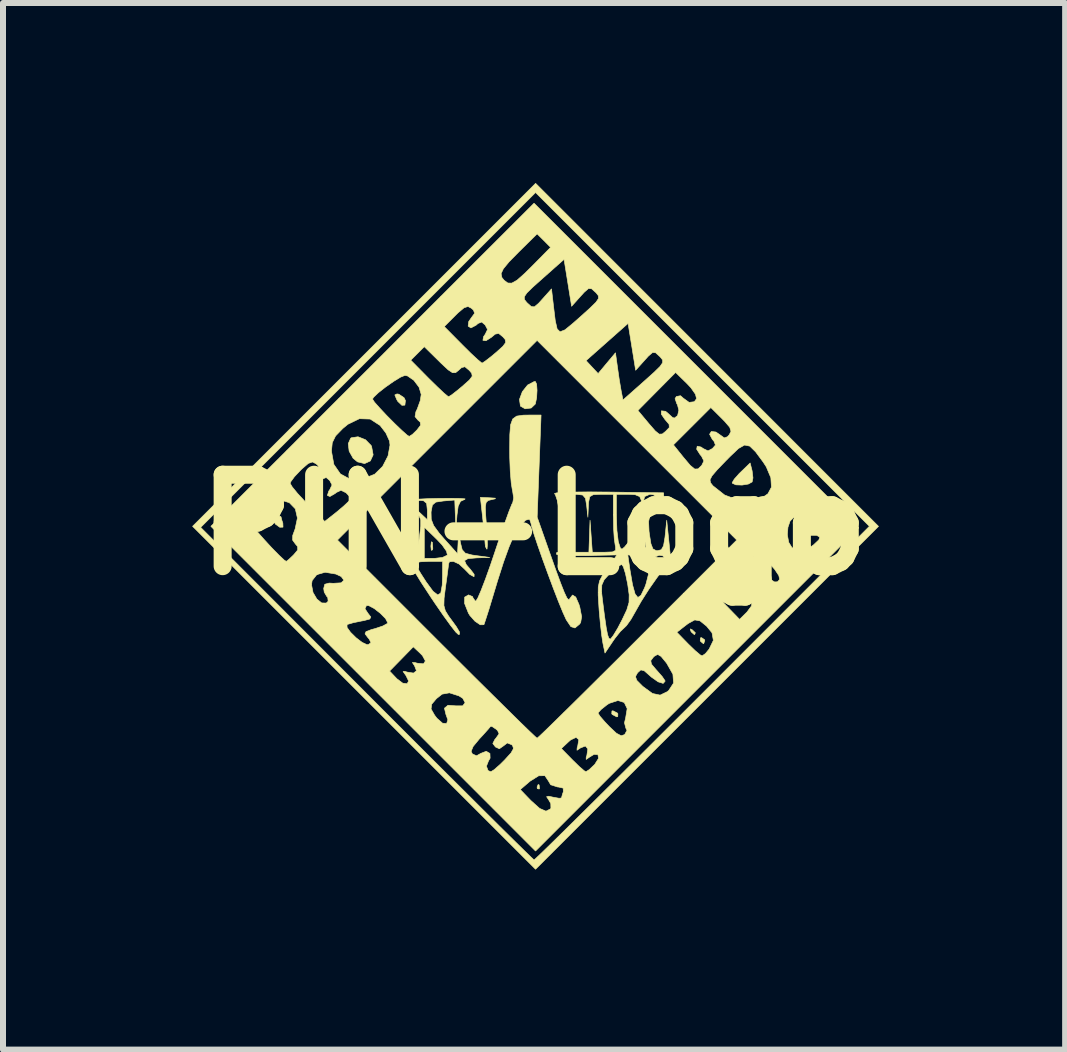
<source format=kicad_pcb>
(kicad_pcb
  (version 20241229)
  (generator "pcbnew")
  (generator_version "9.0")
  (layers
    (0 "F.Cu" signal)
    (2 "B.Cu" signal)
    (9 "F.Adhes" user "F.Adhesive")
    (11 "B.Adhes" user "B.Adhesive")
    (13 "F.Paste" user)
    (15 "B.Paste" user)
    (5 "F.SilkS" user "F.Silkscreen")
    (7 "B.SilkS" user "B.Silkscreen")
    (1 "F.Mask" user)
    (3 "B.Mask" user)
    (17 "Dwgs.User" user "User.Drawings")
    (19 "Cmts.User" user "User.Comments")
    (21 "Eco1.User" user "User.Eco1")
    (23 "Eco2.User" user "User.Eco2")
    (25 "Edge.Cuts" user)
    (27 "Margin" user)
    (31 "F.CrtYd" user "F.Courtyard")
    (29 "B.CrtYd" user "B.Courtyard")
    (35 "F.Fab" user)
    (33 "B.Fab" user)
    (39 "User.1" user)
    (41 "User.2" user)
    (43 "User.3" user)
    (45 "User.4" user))
  (footprint "PIN-Logo"
    (layer "F.Cu")
    (at 5.849 5.695)
    (property "Reference" "PIN-Logo" (at 0 0 0) (layer "F.SilkS") (effects (font (size 1.524 1.524) (thickness 0.3))))
    (attr through_hole)
    (fp_poly (pts (xy -2.1 -0.085) (xy -2.094 -0.024) (xy -2.1 -0.017) (xy -2.13 -0.024) (xy -2.134 -0.051) (xy -2.115 -0.093) (xy -2.1 -0.085)) (stroke (width 0.01) (type solid)) (fill yes) (layer "F.SilkS"))
    (fp_poly (pts (xy -1.694 0.292) (xy -1.687 0.396) (xy -1.694 0.419) (xy -1.712 0.425) (xy -1.719 0.356) (xy -1.711 0.283) (xy -1.694 0.292)) (stroke (width 0.01) (type solid)) (fill yes) (layer "F.SilkS"))
    (fp_poly (pts (xy 0.085 4.335) (xy 0.091 4.395) (xy 0.085 4.403) (xy 0.054 4.396) (xy 0.051 4.369) (xy 0.069 4.327) (xy 0.085 4.335)) (stroke (width 0.01) (type solid)) (fill yes) (layer "F.SilkS"))
    (fp_poly (pts (xy 2.634 1.748) (xy 2.688 1.799) (xy 2.677 1.828) (xy 2.67 1.829) (xy 2.627 1.793) (xy 2.611 1.77) (xy 2.605 1.735) (xy 2.634 1.748)) (stroke (width 0.01) (type solid)) (fill yes) (layer "F.SilkS"))
    (fp_poly (pts (xy 1.387 3.136) (xy 1.397 3.15) (xy 1.395 3.196) (xy 1.378 3.2) (xy 1.306 3.163) (xy 1.295 3.15) (xy 1.298 3.103) (xy 1.315 3.099) (xy 1.387 3.136)) (stroke (width 0.01) (type solid)) (fill yes) (layer "F.SilkS"))
    (fp_poly (pts (xy 2.843 1.916) (xy 2.845 1.93) (xy 2.827 1.98) (xy 2.822 1.981) (xy 2.779 1.946) (xy 2.769 1.93) (xy 2.773 1.884) (xy 2.791 1.88) (xy 2.843 1.916)) (stroke (width 0.01) (type solid)) (fill yes) (layer "F.SilkS"))
    (fp_poly (pts (xy -2.253 -2.176) (xy -2.166 -2.118) (xy -2.143 -2.07) (xy -2.152 -1.994) (xy -2.202 -1.991) (xy -2.27 -2.056) (xy -2.288 -2.087) (xy -2.32 -2.164) (xy -2.284 -2.181) (xy -2.253 -2.176)) (stroke (width 0.01) (type solid)) (fill yes) (layer "F.SilkS"))
    (fp_poly (pts (xy -4.225 -0.141) (xy -4.216 -0.131) (xy -4.201 -0.071) (xy -4.186 -0.03) (xy -4.183 0.039) (xy -4.237 0.041) (xy -4.308 -0.01) (xy -4.365 -0.097) (xy -4.336 -0.146) (xy -4.293 -0.152) (xy -4.225 -0.141)) (stroke (width 0.01) (type solid)) (fill yes) (layer "F.SilkS"))
    (fp_poly (pts (xy 3.634 -0.899) (xy 3.648 -0.781) (xy 3.634 -0.714) (xy 3.571 -0.679) (xy 3.466 -0.662) (xy 3.363 -0.666) (xy 3.304 -0.693) (xy 3.302 -0.702) (xy 3.336 -0.76) (xy 3.419 -0.854) (xy 3.452 -0.886) (xy 3.601 -1.03) (xy 3.634 -0.899)) (stroke (width 0.01) (type solid)) (fill yes) (layer "F.SilkS"))
    (fp_poly (pts (xy -2.809 -1.418) (xy -2.715 -1.322) (xy -2.707 -1.306) (xy -2.681 -1.165) (xy -2.728 -1.064) (xy -2.824 -1.02) (xy -2.942 -1.049) (xy -3.015 -1.109) (xy -3.081 -1.227) (xy -3.096 -1.352) (xy -3.056 -1.442) (xy -3.045 -1.45) (xy -2.933 -1.467) (xy -2.809 -1.418)) (stroke (width 0.01) (type solid)) (fill yes) (layer "F.SilkS"))
    (fp_poly (pts (xy 0.043 -2.344) (xy 0.05 -2.24) (xy 0.043 -2.117) (xy 0.022 -2.015) (xy 0.02 -2.011) (xy -0.048 -1.946) (xy -0.149 -1.933) (xy -0.227 -1.978) (xy -0.227 -1.979) (xy -0.243 -2.089) (xy -0.195 -2.218) (xy -0.107 -2.329) (xy 0.001 -2.386) (xy 0.022 -2.388) (xy 0.043 -2.344)) (stroke (width 0.01) (type solid)) (fill yes) (layer "F.SilkS"))
    (fp_poly (pts (xy -0.739 -0.45) (xy -0.645 -0.444) (xy -0.647 -0.433) (xy -0.705 -0.42) (xy -0.765 -0.405) (xy -0.799 -0.371) (xy -0.811 -0.297) (xy -0.806 -0.162) (xy -0.793 0.004) (xy -0.781 0.192) (xy -0.777 0.332) (xy -0.783 0.403) (xy -0.786 0.406) (xy -0.81 0.364) (xy -0.815 0.318) (xy -0.822 0.223) (xy -0.837 0.063) (xy -0.856 -0.114) (xy -0.894 -0.457) (xy -0.739 -0.45)) (stroke (width 0.01) (type solid)) (fill yes) (layer "F.SilkS"))
    (fp_poly (pts (xy 5.74 0.026) (xy 2.883 2.883) (xy 0.025 5.74) (xy -2.832 2.883) (xy -5.672 0.043) (xy -5.555 0.043) (xy -2.79 2.812) (xy -2.351 3.252) (xy -1.933 3.67) (xy -1.541 4.061) (xy -1.181 4.419) (xy -0.859 4.74) (xy -0.579 5.018) (xy -0.348 5.246) (xy -0.171 5.42) (xy -0.054 5.534) (xy -0.002 5.583) (xy 0.000173 5.585) (xy 0.039 5.55) (xy 0.145 5.449) (xy 0.311 5.287) (xy 0.532 5.07) (xy 0.803 4.802) (xy 1.118 4.49) (xy 1.471 4.139) (xy 1.858 3.754) (xy 2.272 3.341) (xy 2.709 2.905) (xy 2.807 2.807) (xy 5.588 0.025) (xy 2.807 -2.756) (xy 0.025 -5.537) (xy -5.555 0.043) (xy -5.672 0.043) (xy -5.69 0.025) (xy -2.832 -2.832) (xy 0.026 -5.69) (xy 5.74 0.026)) (stroke (width 0.01) (type solid)) (fill yes) (layer "F.SilkS"))
    (fp_poly (pts (xy 0.052 -0.127) (xy 0.249 0.432) (xy 0.36 0.746) (xy 0.444 0.974) (xy 0.504 1.126) (xy 0.546 1.215) (xy 0.573 1.249) (xy 0.591 1.241) (xy 0.594 1.232) (xy 0.641 1.17) (xy 0.695 1.204) (xy 0.749 1.328) (xy 0.763 1.375) (xy 0.793 1.531) (xy 0.777 1.628) (xy 0.759 1.655) (xy 0.682 1.719) (xy 0.614 1.697) (xy 0.538 1.584) (xy 0.532 1.572) (xy 0.48 1.457) (xy 0.407 1.279) (xy 0.321 1.057) (xy 0.23 0.813) (xy 0.14 0.566) (xy 0.06 0.338) (xy -0.003 0.149) (xy -0.042 0.019) (xy -0.051 -0.025) (xy -0.074 -0.094) (xy -0.14 -0.077) (xy -0.24 0.023) (xy -0.272 0.064) (xy -0.336 0.178) (xy -0.417 0.37) (xy -0.507 0.618) (xy -0.598 0.902) (xy -0.61 0.94) (xy -0.686 1.192) (xy -0.751 1.407) (xy -0.802 1.566) (xy -0.831 1.654) (xy -0.836 1.665) (xy -0.897 1.666) (xy -0.985 1.606) (xy -1.07 1.51) (xy -1.094 1.47) (xy -1.158 1.309) (xy -1.156 1.205) (xy -1.092 1.168) (xy -1.025 1.196) (xy -1.016 1.219) (xy -0.98 1.269) (xy -0.969 1.27) (xy -0.939 1.224) (xy -0.884 1.098) (xy -0.81 0.906) (xy -0.724 0.665) (xy -0.658 0.47) (xy -0.568 0.2) (xy -0.485 -0.036) (xy -0.418 -0.222) (xy -0.371 -0.34) (xy -0.354 -0.373) (xy -0.34 -0.448) (xy -0.358 -0.569) (xy -0.361 -0.576) (xy -0.38 -0.696) (xy -0.396 -0.885) (xy -0.405 -1.115) (xy -0.406 -1.252) (xy -0.404 -1.5) (xy -0.391 -1.665) (xy -0.356 -1.763) (xy -0.29 -1.811) (xy -0.181 -1.827) (xy -0.064 -1.829) (xy 0.117 -1.829) (xy 0.052 -0.127)) (stroke (width 0.01) (type solid)) (fill yes) (layer "F.SilkS"))
    (fp_poly (pts (xy -1.226 -0.439) (xy -1.149 -0.432) (xy -1.153 -0.424) (xy -1.225 -0.391) (xy -1.264 -0.311) (xy -1.284 -0.162) (xy -1.302 0.076) (xy -1.312 -0.168) (xy -1.321 -0.413) (xy -1.511 -0.397) (xy -1.637 -0.378) (xy -1.694 -0.329) (xy -1.715 -0.22) (xy -1.716 -0.203) (xy -1.713 -0.091) (xy -1.673 0.013) (xy -1.581 0.139) (xy -1.503 0.229) (xy -1.275 0.483) (xy -1.266 0.305) (xy -1.257 0.127) (xy -1.225 0.305) (xy -1.197 0.416) (xy -1.144 0.474) (xy -1.034 0.503) (xy -0.965 0.513) (xy -0.737 0.544) (xy -0.953 0.551) (xy -1.102 0.564) (xy -1.158 0.597) (xy -1.128 0.666) (xy -1.058 0.746) (xy -0.998 0.825) (xy -0.999 0.863) (xy -1.003 0.864) (xy -1.071 0.827) (xy -1.157 0.739) (xy -1.159 0.737) (xy -1.249 0.654) (xy -1.343 0.61) (xy -1.41 0.616) (xy -1.423 0.648) (xy -1.431 0.714) (xy -1.449 0.851) (xy -1.474 1.03) (xy -1.475 1.036) (xy -1.499 1.224) (xy -1.502 1.346) (xy -1.478 1.434) (xy -1.424 1.521) (xy -1.407 1.544) (xy -1.296 1.696) (xy -1.243 1.785) (xy -1.241 1.824) (xy -1.26 1.829) (xy -1.303 1.789) (xy -1.39 1.678) (xy -1.51 1.512) (xy -1.653 1.305) (xy -1.72 1.205) (xy -1.886 0.951) (xy -2.001 0.763) (xy -2.064 0.642) (xy -1.981 0.642) (xy -1.955 0.699) (xy -1.887 0.813) (xy -1.797 0.953) (xy -1.683 1.108) (xy -1.604 1.169) (xy -1.554 1.136) (xy -1.53 1.005) (xy -1.525 0.851) (xy -1.524 0.61) (xy -1.753 0.61) (xy -1.889 0.616) (xy -1.971 0.633) (xy -1.981 0.642) (xy -2.064 0.642) (xy -2.074 0.624) (xy -2.097 0.559) (xy -1.829 0.559) (xy -1.654 0.559) (xy -1.526 0.544) (xy -1.448 0.507) (xy -1.444 0.502) (xy -1.459 0.439) (xy -1.533 0.334) (xy -1.619 0.243) (xy -1.829 0.039) (xy -1.829 0.559) (xy -2.097 0.559) (xy -2.113 0.517) (xy -2.127 0.424) (xy -2.127 0.379) (xy -2.12 0.178) (xy -2.089 0.345) (xy -2.051 0.479) (xy -2.008 0.514) (xy -1.965 0.454) (xy -1.925 0.302) (xy -1.91 0.208) (xy -1.888 0.026) (xy -1.888 -0.084) (xy -1.915 -0.148) (xy -1.948 -0.178) (xy -2.017 -0.247) (xy -2.032 -0.281) (xy -2.001 -0.279) (xy -1.923 -0.22) (xy -1.905 -0.203) (xy -1.778 -0.084) (xy -1.778 -0.245) (xy -1.79 -0.358) (xy -1.842 -0.401) (xy -1.904 -0.406) (xy -2.009 -0.377) (xy -2.063 -0.274) (xy -2.064 -0.27) (xy -2.099 -0.133) (xy -2.143 -0.252) (xy -2.165 -0.353) (xy -2.156 -0.401) (xy -2.096 -0.414) (xy -1.956 -0.426) (xy -1.759 -0.436) (xy -1.583 -0.44) (xy -1.376 -0.441) (xy -1.226 -0.439)) (stroke (width 0.01) (type solid)) (fill yes) (layer "F.SilkS"))
    (fp_poly (pts (xy 1.209 -0.546) (xy 1.219 -0.546) (xy 2.159 -0.533) (xy 2.168 -0.33) (xy 2.171 -0.212) (xy 2.165 -0.19) (xy 2.147 -0.257) (xy 2.142 -0.279) (xy 2.107 -0.431) (xy 1.998 -0.277) (xy 1.933 -0.168) (xy 1.909 -0.054) (xy 1.916 0.106) (xy 1.922 0.154) (xy 1.948 0.317) (xy 1.981 0.401) (xy 2.034 0.43) (xy 2.057 0.432) (xy 2.121 0.415) (xy 2.158 0.349) (xy 2.182 0.208) (xy 2.185 0.178) (xy 2.211 -0.076) (xy 2.244 0.247) (xy 2.277 0.57) (xy 2.048 0.882) (xy 1.913 1.075) (xy 1.786 1.275) (xy 1.697 1.432) (xy 1.615 1.576) (xy 1.54 1.681) (xy 1.508 1.712) (xy 1.439 1.777) (xy 1.347 1.893) (xy 1.311 1.945) (xy 1.182 2.137) (xy 1.147 1.97) (xy 1.127 1.84) (xy 1.105 1.646) (xy 1.085 1.426) (xy 1.082 1.383) (xy 1.069 1.175) (xy 1.069 1.124) (xy 1.126 1.124) (xy 1.138 1.234) (xy 1.174 1.515) (xy 1.202 1.709) (xy 1.225 1.83) (xy 1.246 1.89) (xy 1.268 1.904) (xy 1.277 1.901) (xy 1.322 1.843) (xy 1.395 1.722) (xy 1.467 1.584) (xy 1.546 1.417) (xy 1.583 1.293) (xy 1.585 1.165) (xy 1.56 0.986) (xy 1.558 0.978) (xy 1.524 0.814) (xy 1.488 0.699) (xy 1.46 0.66) (xy 1.399 0.693) (xy 1.3 0.776) (xy 1.26 0.815) (xy 1.169 0.915) (xy 1.129 1.004) (xy 1.126 1.124) (xy 1.069 1.124) (xy 1.07 1.036) (xy 1.092 0.934) (xy 1.142 0.839) (xy 1.217 0.732) (xy 1.382 0.502) (xy 0.893 0.512) (xy 0.679 0.513) (xy 0.506 0.508) (xy 0.43 0.501) (xy 1.562 0.501) (xy 1.598 0.746) (xy 1.641 0.999) (xy 1.684 1.153) (xy 1.73 1.211) (xy 1.782 1.175) (xy 1.843 1.048) (xy 1.865 0.988) (xy 1.906 0.827) (xy 1.921 0.684) (xy 1.92 0.66) (xy 1.908 0.625) (xy 1.983 0.625) (xy 2.015 0.677) (xy 2.073 0.678) (xy 2.145 0.628) (xy 2.184 0.56) (xy 2.184 0.553) (xy 2.142 0.516) (xy 2.083 0.508) (xy 1.999 0.545) (xy 1.983 0.625) (xy 1.908 0.625) (xy 1.889 0.569) (xy 1.806 0.527) (xy 1.734 0.517) (xy 1.562 0.501) (xy 0.43 0.501) (xy 0.396 0.497) (xy 0.371 0.489) (xy 0.379 0.461) (xy 0.405 0.457) (xy 0.433 0.411) (xy 0.446 0.292) (xy 0.446 0.124) (xy 0.435 -0.066) (xy 0.416 -0.248) (xy 0.475 -0.248) (xy 0.484 -0.056) (xy 0.489 0.022) (xy 0.523 0.457) (xy 0.914 0.457) (xy 0.933 -0.076) (xy 0.952 0.191) (xy 0.971 0.457) (xy 1.177 0.457) (xy 1.307 0.452) (xy 1.359 0.426) (xy 1.358 0.363) (xy 1.353 0.343) (xy 1.337 0.236) (xy 1.326 0.064) (xy 1.322 -0.136) (xy 1.321 -0.14) (xy 1.321 -0.508) (xy 1.372 -0.508) (xy 1.372 -0.165) (xy 1.381 0.094) (xy 1.404 0.282) (xy 1.439 0.388) (xy 1.466 0.406) (xy 1.51 0.368) (xy 1.556 0.311) (xy 1.686 0.311) (xy 1.69 0.409) (xy 1.763 0.456) (xy 1.784 0.457) (xy 1.861 0.439) (xy 1.866 0.364) (xy 1.861 0.343) (xy 1.836 0.22) (xy 1.829 0.155) (xy 1.813 0.122) (xy 1.758 0.176) (xy 1.754 0.181) (xy 1.686 0.311) (xy 1.556 0.311) (xy 1.59 0.268) (xy 1.664 0.164) (xy 1.754 0.021) (xy 1.814 -0.094) (xy 1.829 -0.143) (xy 1.861 -0.224) (xy 1.93 -0.317) (xy 2.004 -0.408) (xy 2.032 -0.467) (xy 1.989 -0.5) (xy 1.93 -0.508) (xy 1.844 -0.471) (xy 1.822 -0.394) (xy 1.815 -0.279) (xy 1.793 -0.394) (xy 1.761 -0.47) (xy 1.684 -0.502) (xy 1.571 -0.508) (xy 1.372 -0.508) (xy 1.321 -0.508) (xy 1.118 -0.508) (xy 0.987 -0.502) (xy 0.928 -0.468) (xy 0.909 -0.376) (xy 0.906 -0.318) (xy 0.897 -0.127) (xy 0.877 -0.318) (xy 0.857 -0.442) (xy 0.81 -0.496) (xy 0.706 -0.508) (xy 0.686 -0.508) (xy 0.561 -0.495) (xy 0.488 -0.465) (xy 0.485 -0.461) (xy 0.476 -0.392) (xy 0.475 -0.248) (xy 0.416 -0.248) (xy 0.416 -0.251) (xy 0.388 -0.405) (xy 0.355 -0.502) (xy 0.34 -0.519) (xy 0.369 -0.531) (xy 0.484 -0.54) (xy 0.672 -0.546) (xy 0.919 -0.548) (xy 1.209 -0.546)) (stroke (width 0.01) (type solid)) (fill yes) (layer "F.SilkS"))
    (fp_poly (pts (xy 2.705 -2.654) (xy 5.41 0.051) (xy 0.025 5.436) (xy -0.998 4.412) (xy -0.229 4.412) (xy -0.054 4.594) (xy 0.093 4.726) (xy 0.199 4.772) (xy 0.272 4.735) (xy 0.281 4.722) (xy 0.279 4.645) (xy 0.246 4.587) (xy 0.209 4.531) (xy 0.244 4.523) (xy 0.318 4.539) (xy 0.418 4.557) (xy 0.457 4.552) (xy 0.473 4.491) (xy 0.488 4.449) (xy 0.486 4.388) (xy 0.403 4.369) (xy 0.392 4.369) (xy 0.277 4.332) (xy 0.239 4.267) (xy 0.181 4.181) (xy 0.078 4.182) (xy -0.066 4.272) (xy -0.086 4.289) (xy -0.229 4.412) (xy -0.998 4.412) (xy -1.636 3.774) (xy -1.048 3.774) (xy -1.028 3.818) (xy -0.958 3.849) (xy -0.889 3.81) (xy -0.797 3.774) (xy -0.735 3.81) (xy -0.732 3.889) (xy -0.758 3.933) (xy -0.793 4.022) (xy -0.766 4.096) (xy -0.719 4.115) (xy -0.665 4.081) (xy -0.567 3.995) (xy -0.491 3.92) (xy -0.383 3.801) (xy -0.342 3.728) (xy -0.342 3.728) (xy 0.455 3.728) (xy 0.644 3.921) (xy 0.756 4.03) (xy 0.838 4.1) (xy 0.865 4.115) (xy 0.918 4.081) (xy 1.004 4) (xy 1.011 3.993) (xy 1.074 3.893) (xy 1.065 3.83) (xy 0.999 3.826) (xy 0.928 3.869) (xy 0.869 3.91) (xy 0.869 3.873) (xy 0.88 3.844) (xy 0.896 3.734) (xy 0.856 3.686) (xy 0.774 3.718) (xy 0.773 3.719) (xy 0.716 3.757) (xy 0.718 3.717) (xy 0.727 3.691) (xy 0.746 3.58) (xy 0.701 3.542) (xy 0.61 3.585) (xy 0.578 3.613) (xy 0.455 3.728) (xy -0.342 3.728) (xy -0.358 3.679) (xy -0.372 3.665) (xy -0.446 3.635) (xy -0.508 3.683) (xy -0.578 3.732) (xy -0.643 3.702) (xy -0.687 3.644) (xy -0.653 3.577) (xy -0.635 3.556) (xy -0.583 3.483) (xy -0.607 3.429) (xy -0.635 3.404) (xy -0.703 3.359) (xy -0.725 3.359) (xy -0.763 3.405) (xy -0.848 3.5) (xy -0.912 3.569) (xy -1.015 3.694) (xy -1.048 3.774) (xy -1.636 3.774) (xy -2.341 3.069) (xy -1.716 3.069) (xy -1.658 3.171) (xy -1.619 3.223) (xy -1.525 3.306) (xy -1.457 3.312) (xy -1.436 3.25) (xy -1.469 3.158) (xy -1.493 3.056) (xy -1.434 3.007) (xy -1.3 3.017) (xy -1.298 3.017) (xy -1.189 3.017) (xy -1.149 2.965) (xy -1.187 2.892) (xy -1.251 2.851) (xy -1.41 2.8) (xy -1.532 2.822) (xy -1.626 2.896) (xy -1.705 2.989) (xy -1.716 3.069) (xy -2.341 3.069) (xy -2.68 2.73) (xy -2.973 2.437) (xy -2.407 2.437) (xy -2.286 2.565) (xy -2.188 2.639) (xy -2.115 2.648) (xy -2.09 2.603) (xy -2.135 2.511) (xy -2.138 2.507) (xy -2.182 2.445) (xy -2.152 2.442) (xy -2.116 2.454) (xy -2.008 2.471) (xy -1.959 2.432) (xy -1.99 2.352) (xy -1.991 2.35) (xy -2.027 2.295) (xy -1.986 2.295) (xy -1.947 2.306) (xy -1.841 2.317) (xy -1.811 2.269) (xy -1.859 2.18) (xy -1.897 2.141) (xy -2.012 2.033) (xy -2.209 2.235) (xy -2.407 2.437) (xy -2.973 2.437) (xy -3.7 1.71) (xy -3.116 1.71) (xy -3.058 1.791) (xy -2.967 1.881) (xy -2.867 1.958) (xy -2.785 1.997) (xy -2.76 1.996) (xy -2.717 1.963) (xy -2.748 1.904) (xy -2.771 1.877) (xy -2.816 1.817) (xy -2.8 1.78) (xy -2.708 1.745) (xy -2.647 1.729) (xy -2.519 1.686) (xy -2.445 1.645) (xy -2.438 1.633) (xy -2.474 1.563) (xy -2.561 1.475) (xy -2.665 1.394) (xy -2.756 1.346) (xy -2.793 1.346) (xy -2.817 1.399) (xy -2.767 1.475) (xy -2.72 1.536) (xy -2.737 1.57) (xy -2.834 1.596) (xy -2.878 1.604) (xy -3.014 1.632) (xy -3.106 1.659) (xy -3.116 1.663) (xy -3.116 1.71) (xy -3.7 1.71) (xy -4.412 0.998) (xy -3.708 0.998) (xy -3.683 1.128) (xy -3.619 1.237) (xy -3.539 1.302) (xy -3.462 1.304) (xy -3.431 1.274) (xy -3.438 1.208) (xy -3.454 1.194) (xy -3.496 1.122) (xy -3.505 1.061) (xy -3.487 0.991) (xy -3.414 0.971) (xy -3.345 0.975) (xy -3.214 0.967) (xy -3.168 0.923) (xy -3.214 0.862) (xy -3.302 0.821) (xy -3.481 0.791) (xy -3.62 0.83) (xy -3.698 0.93) (xy -3.708 0.998) (xy -4.412 0.998) (xy -5.385 0.025) (xy -5.325 -0.035) (xy -4.724 -0.035) (xy -4.692 0.018) (xy -4.608 0.12) (xy -4.493 0.25) (xy -4.368 0.386) (xy -4.251 0.505) (xy -4.164 0.587) (xy -4.129 0.61) (xy -4.087 0.578) (xy -4.008 0.503) (xy -3.938 0.42) (xy -3.94 0.362) (xy -3.977 0.319) (xy -4.023 0.255) (xy -4.023 0.254) (xy -3.276 0.254) (xy -1.626 1.905) (xy -1.288 2.242) (xy -0.973 2.556) (xy -0.687 2.839) (xy -0.437 3.086) (xy -0.232 3.288) (xy -0.077 3.438) (xy 0.02 3.53) (xy 0.051 3.556) (xy 0.091 3.521) (xy 0.195 3.422) (xy 0.357 3.264) (xy 0.485 3.138) (xy 1.067 3.138) (xy 1.099 3.19) (xy 1.183 3.287) (xy 1.254 3.362) (xy 1.373 3.474) (xy 1.452 3.515) (xy 1.51 3.496) (xy 1.549 3.424) (xy 1.53 3.389) (xy 1.507 3.3) (xy 1.526 3.22) (xy 1.552 3.063) (xy 1.503 2.961) (xy 1.398 2.928) (xy 1.254 2.975) (xy 1.215 3) (xy 1.117 3.078) (xy 1.068 3.133) (xy 1.067 3.138) (xy 0.485 3.138) (xy 0.569 3.056) (xy 0.824 2.804) (xy 1.101 2.529) (xy 1.69 2.529) (xy 1.712 2.592) (xy 1.803 2.684) (xy 1.819 2.698) (xy 1.974 2.811) (xy 2.101 2.838) (xy 2.22 2.781) (xy 2.244 2.761) (xy 2.325 2.637) (xy 2.314 2.49) (xy 2.212 2.31) (xy 2.204 2.299) (xy 2.117 2.193) (xy 2.06 2.16) (xy 2.008 2.188) (xy 1.99 2.204) (xy 1.945 2.264) (xy 1.957 2.323) (xy 2.035 2.415) (xy 2.047 2.428) (xy 2.135 2.528) (xy 2.182 2.597) (xy 2.184 2.606) (xy 2.152 2.643) (xy 2.068 2.617) (xy 1.956 2.538) (xy 1.928 2.513) (xy 1.836 2.432) (xy 1.779 2.418) (xy 1.726 2.465) (xy 1.724 2.468) (xy 1.69 2.529) (xy 1.101 2.529) (xy 1.114 2.516) (xy 1.433 2.199) (xy 1.727 1.905) (xy 1.841 1.791) (xy 2.38 1.791) (xy 2.572 1.988) (xy 2.685 2.097) (xy 2.771 2.169) (xy 2.801 2.184) (xy 2.855 2.147) (xy 2.918 2.071) (xy 2.988 1.926) (xy 2.966 1.8) (xy 2.875 1.689) (xy 2.766 1.601) (xy 2.678 1.585) (xy 2.571 1.643) (xy 2.518 1.683) (xy 2.38 1.791) (xy 1.841 1.791) (xy 2.483 1.149) (xy 3.07 1.149) (xy 3.09 1.215) (xy 3.171 1.315) (xy 3.229 1.374) (xy 3.425 1.576) (xy 3.548 1.454) (xy 3.622 1.354) (xy 3.636 1.276) (xy 3.633 1.272) (xy 3.562 1.236) (xy 3.517 1.243) (xy 3.425 1.23) (xy 3.307 1.148) (xy 3.302 1.143) (xy 3.208 1.061) (xy 3.15 1.047) (xy 3.099 1.092) (xy 3.07 1.149) (xy 2.483 1.149) (xy 3.053 0.579) (xy 3.636 0.579) (xy 3.657 0.64) (xy 3.743 0.734) (xy 3.792 0.78) (xy 3.925 0.899) (xy 4.007 0.952) (xy 4.057 0.95) (xy 4.092 0.91) (xy 4.079 0.846) (xy 4.008 0.74) (xy 3.932 0.656) (xy 3.816 0.543) (xy 3.742 0.498) (xy 3.689 0.509) (xy 3.667 0.528) (xy 3.636 0.579) (xy 3.053 0.579) (xy 3.378 0.254) (xy 3.292 0.168) (xy 4.221 0.168) (xy 4.244 0.292) (xy 4.296 0.377) (xy 4.401 0.447) (xy 4.512 0.435) (xy 4.652 0.339) (xy 4.658 0.334) (xy 4.746 0.251) (xy 4.761 0.206) (xy 4.711 0.176) (xy 4.6 0.176) (xy 4.542 0.207) (xy 4.471 0.247) (xy 4.421 0.206) (xy 4.419 0.203) (xy 4.404 0.101) (xy 4.422 0.046) (xy 4.434 -0.053) (xy 4.397 -0.1) (xy 4.324 -0.119) (xy 4.267 -0.063) (xy 4.231 0.041) (xy 4.221 0.168) (xy 3.292 0.168) (xy 2.374 -0.75) (xy 2.932 -0.75) (xy 2.941 -0.701) (xy 2.981 -0.65) (xy 3.176 -0.496) (xy 3.4 -0.412) (xy 3.629 -0.404) (xy 3.835 -0.474) (xy 3.897 -0.517) (xy 3.956 -0.627) (xy 3.946 -0.785) (xy 3.87 -0.966) (xy 3.818 -1.046) (xy 3.691 -1.217) (xy 3.595 -1.311) (xy 3.508 -1.329) (xy 3.407 -1.272) (xy 3.268 -1.14) (xy 3.197 -1.068) (xy 3.05 -0.915) (xy 2.965 -0.815) (xy 2.932 -0.75) (xy 2.374 -0.75) (xy 1.792 -1.332) (xy 2.323 -1.332) (xy 2.491 -1.123) (xy 2.604 -0.989) (xy 2.678 -0.929) (xy 2.734 -0.932) (xy 2.794 -0.99) (xy 2.795 -0.992) (xy 2.83 -1.064) (xy 2.79 -1.144) (xy 2.767 -1.17) (xy 2.71 -1.26) (xy 2.719 -1.31) (xy 2.783 -1.296) (xy 2.818 -1.271) (xy 2.899 -1.232) (xy 2.973 -1.271) (xy 3.023 -1.329) (xy 2.999 -1.391) (xy 2.97 -1.425) (xy 2.925 -1.509) (xy 2.954 -1.555) (xy 3.031 -1.546) (xy 3.095 -1.502) (xy 3.17 -1.448) (xy 3.223 -1.467) (xy 3.253 -1.5) (xy 3.282 -1.558) (xy 3.261 -1.625) (xy 3.176 -1.724) (xy 3.133 -1.768) (xy 2.946 -1.954) (xy 2.323 -1.332) (xy 1.792 -1.332) (xy 1.714 -1.41) (xy 1.219 -1.905) (xy 1.731 -1.905) (xy 1.913 -1.687) (xy 2.019 -1.565) (xy 2.085 -1.511) (xy 2.137 -1.513) (xy 2.191 -1.556) (xy 2.254 -1.621) (xy 2.25 -1.675) (xy 2.181 -1.756) (xy 2.121 -1.843) (xy 2.122 -1.898) (xy 2.124 -1.899) (xy 2.192 -1.891) (xy 2.236 -1.854) (xy 2.306 -1.79) (xy 2.338 -1.778) (xy 2.392 -1.819) (xy 2.413 -1.91) (xy 2.389 -2.003) (xy 2.38 -2.015) (xy 2.35 -2.102) (xy 2.372 -2.138) (xy 2.441 -2.151) (xy 2.487 -2.11) (xy 2.584 -2.04) (xy 2.671 -2.051) (xy 2.708 -2.102) (xy 2.69 -2.175) (xy 2.613 -2.285) (xy 2.547 -2.355) (xy 2.359 -2.539) (xy 2.045 -2.222) (xy 1.731 -1.905) (xy 1.219 -1.905) (xy 0.388 -2.736) (xy 0.867 -2.736) (xy 0.967 -2.628) (xy 1.068 -2.52) (xy 1.212 -2.693) (xy 1.357 -2.866) (xy 1.392 -2.614) (xy 1.418 -2.433) (xy 1.445 -2.271) (xy 1.454 -2.221) (xy 1.482 -2.08) (xy 1.836 -2.394) (xy 2.001 -2.542) (xy 2.1 -2.639) (xy 2.143 -2.702) (xy 2.142 -2.748) (xy 2.105 -2.794) (xy 2.091 -2.808) (xy 2.026 -2.867) (xy 1.975 -2.871) (xy 1.906 -2.812) (xy 1.842 -2.741) (xy 1.693 -2.575) (xy 1.567 -3.356) (xy 1.217 -3.046) (xy 0.867 -2.736) (xy 0.388 -2.736) (xy 0.051 -3.073) (xy -3.276 0.254) (xy -4.023 0.254) (xy -4.021 0.177) (xy -3.981 0.068) (xy -3.943 -0.112) (xy -3.978 -0.266) (xy -4.077 -0.368) (xy -4.166 -0.396) (xy -4.271 -0.376) (xy -4.41 -0.312) (xy -4.552 -0.222) (xy -4.666 -0.127) (xy -4.723 -0.047) (xy -4.724 -0.035) (xy -5.325 -0.035) (xy -4.67 -0.69) (xy -4.064 -0.69) (xy -4.03 -0.632) (xy -3.941 -0.523) (xy -3.814 -0.386) (xy -3.776 -0.347) (xy -3.488 -0.056) (xy -3.294 -0.209) (xy -3.174 -0.31) (xy -3.089 -0.39) (xy -3.069 -0.413) (xy -3.08 -0.478) (xy -3.132 -0.533) (xy -3.217 -0.575) (xy -3.294 -0.539) (xy -3.315 -0.521) (xy -3.402 -0.471) (xy -3.444 -0.49) (xy -3.42 -0.563) (xy -3.405 -0.583) (xy -3.366 -0.664) (xy -3.405 -0.738) (xy -3.463 -0.788) (xy -3.524 -0.764) (xy -3.558 -0.735) (xy -3.643 -0.69) (xy -3.689 -0.719) (xy -3.679 -0.796) (xy -3.636 -0.86) (xy -3.581 -0.935) (xy -3.601 -0.988) (xy -3.633 -1.017) (xy -3.693 -1.047) (xy -3.761 -1.023) (xy -3.865 -0.934) (xy -3.888 -0.912) (xy -3.992 -0.802) (xy -4.055 -0.716) (xy -4.064 -0.69) (xy -4.67 -0.69) (xy -4.131 -1.228) (xy -3.376 -1.228) (xy -3.336 -1.006) (xy -3.227 -0.848) (xy -3.066 -0.761) (xy -2.871 -0.757) (xy -2.658 -0.842) (xy -2.652 -0.846) (xy -2.523 -0.973) (xy -2.433 -1.148) (xy -2.4 -1.328) (xy -2.408 -1.396) (xy -2.469 -1.53) (xy -2.565 -1.655) (xy -2.73 -1.762) (xy -2.91 -1.768) (xy -3.102 -1.675) (xy -3.187 -1.605) (xy -3.307 -1.481) (xy -3.362 -1.369) (xy -3.376 -1.228) (xy -4.131 -1.228) (xy -3.265 -2.095) (xy -2.692 -2.095) (xy -2.659 -2.044) (xy -2.572 -1.946) (xy -2.454 -1.82) (xy -2.324 -1.689) (xy -2.204 -1.574) (xy -2.115 -1.495) (xy -2.08 -1.473) (xy -2.026 -1.507) (xy -1.952 -1.579) (xy -1.889 -1.661) (xy -1.898 -1.713) (xy -1.934 -1.744) (xy -1.983 -1.803) (xy -1.969 -1.883) (xy -1.946 -1.93) (xy -1.896 -2.069) (xy -1.88 -2.172) (xy -1.916 -2.292) (xy -2.003 -2.408) (xy -2.109 -2.481) (xy -2.152 -2.489) (xy -2.223 -2.461) (xy -2.339 -2.39) (xy -2.472 -2.297) (xy -2.593 -2.202) (xy -2.674 -2.125) (xy -2.692 -2.095) (xy -3.265 -2.095) (xy -2.616 -2.743) (xy -2.054 -2.743) (xy -1.753 -2.438) (xy -1.612 -2.3) (xy -1.5 -2.194) (xy -1.433 -2.139) (xy -1.424 -2.134) (xy -1.373 -2.165) (xy -1.273 -2.243) (xy -1.194 -2.309) (xy -1.078 -2.412) (xy -1.03 -2.476) (xy -1.039 -2.526) (xy -1.079 -2.573) (xy -1.152 -2.634) (xy -1.209 -2.619) (xy -1.256 -2.576) (xy -1.307 -2.535) (xy -1.358 -2.534) (xy -1.432 -2.583) (xy -1.55 -2.693) (xy -1.586 -2.729) (xy -1.829 -2.968) (xy -2.054 -2.743) (xy -2.616 -2.743) (xy -2.057 -3.303) (xy -1.496 -3.303) (xy -1.194 -2.998) (xy -1.054 -2.859) (xy -0.941 -2.754) (xy -0.874 -2.699) (xy -0.865 -2.694) (xy -0.815 -2.726) (xy -0.714 -2.804) (xy -0.635 -2.87) (xy -0.519 -2.974) (xy -0.472 -3.038) (xy -0.481 -3.088) (xy -0.519 -3.132) (xy -0.589 -3.189) (xy -0.648 -3.177) (xy -0.71 -3.125) (xy -0.801 -3.067) (xy -0.852 -3.074) (xy -0.841 -3.136) (xy -0.814 -3.174) (xy -0.775 -3.255) (xy -0.814 -3.329) (xy -0.872 -3.379) (xy -0.933 -3.355) (xy -0.967 -3.325) (xy -1.052 -3.281) (xy -1.098 -3.31) (xy -1.089 -3.386) (xy -1.045 -3.45) (xy -0.99 -3.525) (xy -1.01 -3.578) (xy -1.043 -3.608) (xy -1.101 -3.638) (xy -1.167 -3.616) (xy -1.267 -3.532) (xy -1.31 -3.489) (xy -1.496 -3.303) (xy -2.057 -3.303) (xy -1.559 -3.801) (xy -0.162 -3.801) (xy -0.16 -3.754) (xy -0.124 -3.708) (xy -0.11 -3.694) (xy -0.045 -3.636) (xy 0.006 -3.632) (xy 0.075 -3.69) (xy 0.14 -3.762) (xy 0.291 -3.931) (xy 0.326 -3.629) (xy 0.354 -3.399) (xy 0.385 -3.264) (xy 0.433 -3.216) (xy 0.516 -3.249) (xy 0.65 -3.359) (xy 0.768 -3.463) (xy 0.932 -3.611) (xy 1.031 -3.708) (xy 1.074 -3.771) (xy 1.072 -3.817) (xy 1.036 -3.864) (xy 1.023 -3.876) (xy 0.958 -3.934) (xy 0.907 -3.937) (xy 0.838 -3.877) (xy 0.775 -3.808) (xy 0.626 -3.641) (xy 0.5 -4.423) (xy 0.145 -4.108) (xy -0.02 -3.961) (xy -0.119 -3.864) (xy -0.162 -3.801) (xy -1.559 -3.801) (xy -1.175 -4.185) (xy -0.549 -4.185) (xy -0.536 -4.121) (xy -0.498 -4.074) (xy -0.437 -4.029) (xy -0.371 -4.027) (xy -0.283 -4.076) (xy -0.158 -4.187) (xy -0.025 -4.318) (xy 0.276 -4.623) (xy 0.164 -4.736) (xy 0.051 -4.848) (xy -0.254 -4.547) (xy -0.417 -4.381) (xy -0.512 -4.265) (xy -0.549 -4.185) (xy -1.175 -4.185) (xy 0.00012 -5.359) (xy 2.705 -2.654)) (stroke (width 0.01) (type solid)) (fill yes) (layer "F.SilkS")))
  (gr_rect
    (start -3 -3)
    (end 14.699 14.44)
    (stroke (width 0.1) (type default))
    (fill no)
    (layer "Edge.Cuts")))
</source>
